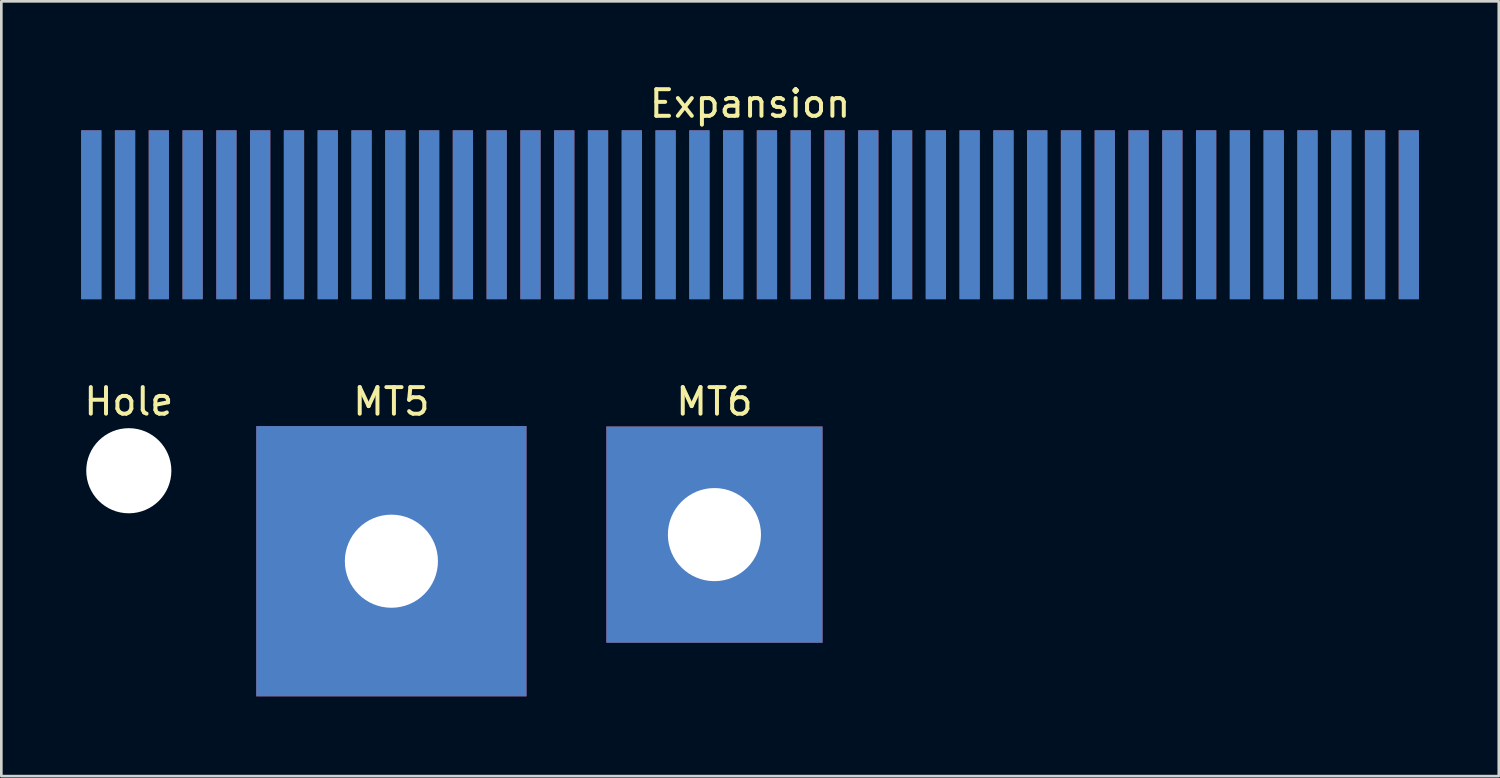
<source format=kicad_pcb>
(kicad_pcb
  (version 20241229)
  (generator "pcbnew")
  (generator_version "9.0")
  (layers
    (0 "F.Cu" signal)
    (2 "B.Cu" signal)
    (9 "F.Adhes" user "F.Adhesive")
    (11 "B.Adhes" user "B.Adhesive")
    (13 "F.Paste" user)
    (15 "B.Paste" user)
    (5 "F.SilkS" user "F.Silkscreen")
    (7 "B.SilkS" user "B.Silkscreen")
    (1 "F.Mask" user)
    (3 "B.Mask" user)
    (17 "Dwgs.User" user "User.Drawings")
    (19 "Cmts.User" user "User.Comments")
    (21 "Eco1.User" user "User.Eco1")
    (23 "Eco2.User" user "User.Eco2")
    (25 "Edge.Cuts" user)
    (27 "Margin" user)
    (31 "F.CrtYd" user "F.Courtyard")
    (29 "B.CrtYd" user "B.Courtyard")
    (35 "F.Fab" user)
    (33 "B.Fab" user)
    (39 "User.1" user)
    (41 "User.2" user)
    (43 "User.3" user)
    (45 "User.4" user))
  (footprint "MT6"
    (layer "F.Cu")
    (at 23.807 17.047)
    (property "Reference" "MT6" (at 0 -5 0) (layer "F.SilkS") (effects (font (size 1 1) (thickness 0.15))))
    (attr through_hole)
    (pad "1" thru_hole rect (at 0 0) (size 8.128 8.128) (drill 3.5) (layers "*.Cu" "*.Mask")))
  (footprint "MT5"
    (layer "F.Cu")
    (at 11.663 18.047)
    (property "Reference" "MT5" (at 0 -6 0) (layer "F.SilkS") (effects (font (size 1 1) (thickness 0.15))))
    (attr through_hole)
    (pad "1" thru_hole rect (at 0 0) (size 10.16 10.16) (drill 3.5) (layers "*.Cu" "*.Mask")))
  (footprint "Hole"
    (layer "F.Cu")
    (at 1.792 14.646)
    (property "Reference" "Hole" (at 0 -2.6 0) (layer "F.SilkS") (effects (font (size 1 1) (thickness 0.15))))
    (attr through_hole)
    (pad "" np_thru_hole circle (at 0 0) (size 3.2 3.2) (drill 3.2) (layers "*.Cu" "*.Mask")))
  (footprint "Expansion"
    (layer "F.Cu")
    (at 0.381 5.023)
    (property "Reference" "Expansion" (at 24.765 -4.175 0) (layer "F.SilkS") (effects (font (size 1 1) (thickness 0.15))))
    (attr exclude_from_pos_files exclude_from_bom)
    (pad "1" connect rect (at 0 0) (size 0.762 6.35) (layers "B.Cu" "B.Mask"))
    (pad "2" connect rect (at 0 0) (size 0.762 6.35) (layers "F.Cu" "F.Mask"))
    (pad "3" connect rect (at 1.27 0) (size 0.762 6.35) (layers "B.Cu" "B.Mask"))
    (pad "4" connect rect (at 1.27 0) (size 0.762 6.35) (layers "F.Cu" "F.Mask"))
    (pad "5" connect rect (at 2.54 0) (size 0.762 6.35) (layers "B.Cu" "B.Mask"))
    (pad "6" connect rect (at 2.54 0) (size 0.762 6.35) (layers "F.Cu" "F.Mask"))
    (pad "7" connect rect (at 3.81 0) (size 0.762 6.35) (layers "B.Cu" "B.Mask"))
    (pad "8" connect rect (at 3.81 0) (size 0.762 6.35) (layers "F.Cu" "F.Mask"))
    (pad "9" connect rect (at 5.08 0) (size 0.762 6.35) (layers "B.Cu" "B.Mask"))
    (pad "10" connect rect (at 5.08 0) (size 0.762 6.35) (layers "F.Cu" "F.Mask"))
    (pad "11" connect rect (at 6.35 0) (size 0.762 6.35) (layers "B.Cu" "B.Mask"))
    (pad "12" connect rect (at 6.35 0) (size 0.762 6.35) (layers "F.Cu" "F.Mask"))
    (pad "13" connect rect (at 7.62 0) (size 0.762 6.35) (layers "B.Cu" "B.Mask"))
    (pad "14" connect rect (at 7.62 0) (size 0.762 6.35) (layers "F.Cu" "F.Mask"))
    (pad "15" connect rect (at 8.89 0) (size 0.762 6.35) (layers "B.Cu" "B.Mask"))
    (pad "16" connect rect (at 8.89 0) (size 0.762 6.35) (layers "F.Cu" "F.Mask"))
    (pad "17" connect rect (at 10.16 0) (size 0.762 6.35) (layers "B.Cu" "B.Mask"))
    (pad "18" connect rect (at 10.16 0) (size 0.762 6.35) (layers "F.Cu" "F.Mask"))
    (pad "19" connect rect (at 11.43 0) (size 0.762 6.35) (layers "B.Cu" "B.Mask"))
    (pad "20" connect rect (at 11.43 0) (size 0.762 6.35) (layers "F.Cu" "F.Mask"))
    (pad "21" connect rect (at 12.7 0) (size 0.762 6.35) (layers "B.Cu" "B.Mask"))
    (pad "22" connect rect (at 12.7 0) (size 0.762 6.35) (layers "F.Cu" "F.Mask"))
    (pad "23" connect rect (at 13.97 0) (size 0.762 6.35) (layers "B.Cu" "B.Mask"))
    (pad "24" connect rect (at 13.97 0) (size 0.762 6.35) (layers "F.Cu" "F.Mask"))
    (pad "25" connect rect (at 15.24 0) (size 0.762 6.35) (layers "B.Cu" "B.Mask"))
    (pad "26" connect rect (at 15.24 0) (size 0.762 6.35) (layers "F.Cu" "F.Mask"))
    (pad "27" connect rect (at 16.51 0) (size 0.762 6.35) (layers "B.Cu" "B.Mask"))
    (pad "28" connect rect (at 16.51 0) (size 0.762 6.35) (layers "F.Cu" "F.Mask"))
    (pad "29" connect rect (at 17.78 0) (size 0.762 6.35) (layers "B.Cu" "B.Mask"))
    (pad "30" connect rect (at 17.78 0) (size 0.762 6.35) (layers "F.Cu" "F.Mask"))
    (pad "31" connect rect (at 19.05 0) (size 0.762 6.35) (layers "B.Cu" "B.Mask"))
    (pad "32" connect rect (at 19.05 0) (size 0.762 6.35) (layers "F.Cu" "F.Mask"))
    (pad "33" connect rect (at 20.32 0) (size 0.762 6.35) (layers "B.Cu" "B.Mask"))
    (pad "34" connect rect (at 20.32 0) (size 0.762 6.35) (layers "F.Cu" "F.Mask"))
    (pad "35" connect rect (at 21.59 0) (size 0.762 6.35) (layers "B.Cu" "B.Mask"))
    (pad "36" connect rect (at 21.59 0) (size 0.762 6.35) (layers "F.Cu" "F.Mask"))
    (pad "37" connect rect (at 22.86 0) (size 0.762 6.35) (layers "B.Cu" "B.Mask"))
    (pad "38" connect rect (at 22.86 0) (size 0.762 6.35) (layers "F.Cu" "F.Mask"))
    (pad "39" connect rect (at 24.13 0) (size 0.762 6.35) (layers "B.Cu" "B.Mask"))
    (pad "40" connect rect (at 24.13 0) (size 0.762 6.35) (layers "F.Cu" "F.Mask"))
    (pad "41" connect rect (at 25.4 0) (size 0.762 6.35) (layers "B.Cu" "B.Mask"))
    (pad "42" connect rect (at 25.4 0) (size 0.762 6.35) (layers "F.Cu" "F.Mask"))
    (pad "43" connect rect (at 26.67 0) (size 0.762 6.35) (layers "B.Cu" "B.Mask"))
    (pad "44" connect rect (at 26.67 0) (size 0.762 6.35) (layers "F.Cu" "F.Mask"))
    (pad "45" connect rect (at 27.94 0) (size 0.762 6.35) (layers "B.Cu" "B.Mask"))
    (pad "46" connect rect (at 27.94 0) (size 0.762 6.35) (layers "F.Cu" "F.Mask"))
    (pad "47" connect rect (at 29.21 0) (size 0.762 6.35) (layers "B.Cu" "B.Mask"))
    (pad "48" connect rect (at 29.21 0) (size 0.762 6.35) (layers "F.Cu" "F.Mask"))
    (pad "49" connect rect (at 30.48 0) (size 0.762 6.35) (layers "B.Cu" "B.Mask"))
    (pad "50" connect rect (at 30.48 0) (size 0.762 6.35) (layers "F.Cu" "F.Mask"))
    (pad "51" connect rect (at 31.75 0) (size 0.762 6.35) (layers "B.Cu" "B.Mask"))
    (pad "52" connect rect (at 31.75 0) (size 0.762 6.35) (layers "F.Cu" "F.Mask"))
    (pad "53" connect rect (at 33.02 0) (size 0.762 6.35) (layers "B.Cu" "B.Mask"))
    (pad "54" connect rect (at 33.02 0) (size 0.762 6.35) (layers "F.Cu" "F.Mask"))
    (pad "55" connect rect (at 34.29 0) (size 0.762 6.35) (layers "B.Cu" "B.Mask"))
    (pad "56" connect rect (at 34.29 0) (size 0.762 6.35) (layers "F.Cu" "F.Mask"))
    (pad "57" connect rect (at 35.56 0) (size 0.762 6.35) (layers "B.Cu" "B.Mask"))
    (pad "58" connect rect (at 35.56 0) (size 0.762 6.35) (layers "F.Cu" "F.Mask"))
    (pad "59" connect rect (at 36.83 0) (size 0.762 6.35) (layers "B.Cu" "B.Mask"))
    (pad "60" connect rect (at 36.83 0) (size 0.762 6.35) (layers "F.Cu" "F.Mask"))
    (pad "61" connect rect (at 38.1 0) (size 0.762 6.35) (layers "B.Cu" "B.Mask"))
    (pad "62" connect rect (at 38.1 0) (size 0.762 6.35) (layers "F.Cu" "F.Mask"))
    (pad "63" connect rect (at 39.37 0) (size 0.762 6.35) (layers "B.Cu" "B.Mask"))
    (pad "64" connect rect (at 39.37 0) (size 0.762 6.35) (layers "F.Cu" "F.Mask"))
    (pad "65" connect rect (at 40.64 0) (size 0.762 6.35) (layers "B.Cu" "B.Mask"))
    (pad "66" connect rect (at 40.64 0) (size 0.762 6.35) (layers "F.Cu" "F.Mask"))
    (pad "67" connect rect (at 41.91 0) (size 0.762 6.35) (layers "B.Cu" "B.Mask"))
    (pad "68" connect rect (at 41.91 0) (size 0.762 6.35) (layers "F.Cu" "F.Mask"))
    (pad "69" connect rect (at 43.18 0) (size 0.762 6.35) (layers "B.Cu" "B.Mask"))
    (pad "70" connect rect (at 43.18 0) (size 0.762 6.35) (layers "F.Cu" "F.Mask"))
    (pad "71" connect rect (at 44.45 0) (size 0.762 6.35) (layers "B.Cu" "B.Mask"))
    (pad "72" connect rect (at 44.45 0) (size 0.762 6.35) (layers "F.Cu" "F.Mask"))
    (pad "73" connect rect (at 45.72 0) (size 0.762 6.35) (layers "B.Cu" "B.Mask"))
    (pad "74" connect rect (at 45.72 0) (size 0.762 6.35) (layers "F.Cu" "F.Mask"))
    (pad "75" connect rect (at 46.99 0) (size 0.762 6.35) (layers "B.Cu" "B.Mask"))
    (pad "76" connect rect (at 46.99 0) (size 0.762 6.35) (layers "F.Cu" "F.Mask"))
    (pad "77" connect rect (at 48.26 0) (size 0.762 6.35) (layers "B.Cu" "B.Mask"))
    (pad "78" connect rect (at 48.26 0) (size 0.762 6.35) (layers "F.Cu" "F.Mask"))
    (pad "79" connect rect (at 49.53 0) (size 0.762 6.35) (layers "B.Cu" "B.Mask"))
    (pad "80" connect rect (at 49.53 0) (size 0.762 6.35) (layers "F.Cu" "F.Mask")))
  (gr_rect
    (start -3 -3)
    (end 53.292 26.127)
    (stroke (width 0.1) (type default))
    (fill no)
    (layer "Edge.Cuts")))
</source>
